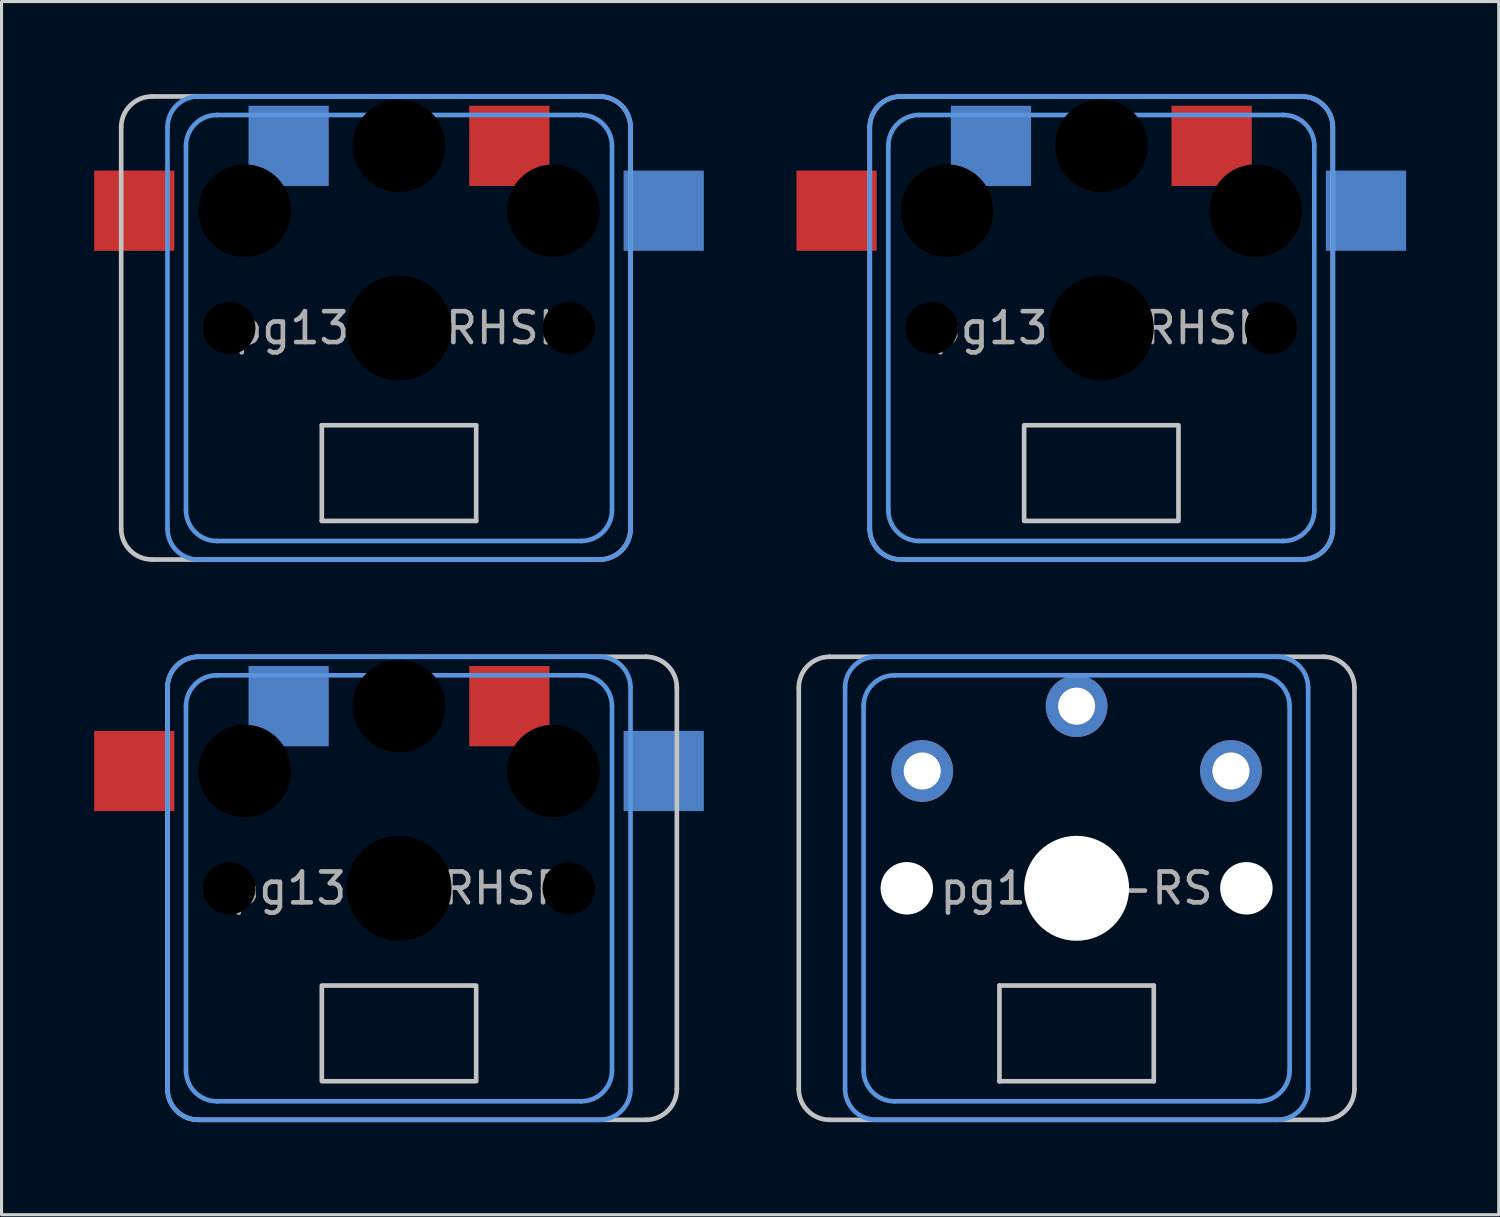
<source format=kicad_pcb>
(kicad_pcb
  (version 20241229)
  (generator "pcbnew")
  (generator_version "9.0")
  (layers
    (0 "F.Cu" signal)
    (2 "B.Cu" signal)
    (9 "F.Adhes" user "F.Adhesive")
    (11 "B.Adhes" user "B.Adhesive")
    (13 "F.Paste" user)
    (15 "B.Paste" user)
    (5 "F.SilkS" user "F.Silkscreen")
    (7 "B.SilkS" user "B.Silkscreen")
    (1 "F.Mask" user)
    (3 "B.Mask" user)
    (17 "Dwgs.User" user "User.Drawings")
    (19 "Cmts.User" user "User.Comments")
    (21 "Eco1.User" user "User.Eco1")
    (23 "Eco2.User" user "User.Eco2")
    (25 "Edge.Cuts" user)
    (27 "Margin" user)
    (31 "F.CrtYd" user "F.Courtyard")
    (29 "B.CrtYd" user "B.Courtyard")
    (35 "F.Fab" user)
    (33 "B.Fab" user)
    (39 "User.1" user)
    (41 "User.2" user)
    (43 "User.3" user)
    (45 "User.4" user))
  (footprint "pg1350-RS"
    (layer "F.Cu")
    (at 31.825 25.725)
    (property "Reference" "pg1350-RS" (at 0 0 0) (layer "F.Fab") (effects (font (size 1 1) (thickness 0.15))))
    (attr through_hole)
    (fp_line (start -9 6.5) (end -9 -6.5) (stroke (width 0.15) (type solid)) (layer "Dwgs.User"))
    (fp_line (start -8 -7.5) (end 8 -7.5) (stroke (width 0.15) (type solid)) (layer "Dwgs.User"))
    (fp_line (start -2.5 3.15) (end -2.5 6.25) (stroke (width 0.15) (type solid)) (layer "Dwgs.User"))
    (fp_line (start -2.5 6.25) (end 2.5 6.25) (stroke (width 0.15) (type solid)) (layer "Dwgs.User"))
    (fp_line (start 2.5 3.15) (end -2.5 3.15) (stroke (width 0.15) (type solid)) (layer "Dwgs.User"))
    (fp_line (start 2.5 6.25) (end 2.5 3.15) (stroke (width 0.15) (type solid)) (layer "Dwgs.User"))
    (fp_line (start 8 7.5) (end -8 7.5) (stroke (width 0.15) (type solid)) (layer "Dwgs.User"))
    (fp_line (start 9 -6.5) (end 9 6.5) (stroke (width 0.15) (type solid)) (layer "Dwgs.User"))
    (fp_arc (start -9 -6.5) (mid -8.707107 -7.207107) (end -8 -7.5) (stroke (width 0.15) (type solid)) (layer "Dwgs.User"))
    (fp_arc (start -8 7.5) (mid -8.707107 7.207107) (end -9 6.5) (stroke (width 0.15) (type solid)) (layer "Dwgs.User"))
    (fp_arc (start 8 -7.5) (mid 8.707107 -7.207107) (end 9 -6.5) (stroke (width 0.15) (type solid)) (layer "Dwgs.User"))
    (fp_arc (start 9 6.5) (mid 8.707107 7.207107) (end 8 7.5) (stroke (width 0.15) (type solid)) (layer "Dwgs.User"))
    (fp_line (start -7.5 6.5) (end -7.5 -6.5) (stroke (width 0.15) (type solid)) (layer "Cmts.User"))
    (fp_line (start -6.9 5.9) (end -6.9 -5.9) (stroke (width 0.15) (type solid)) (layer "Cmts.User"))
    (fp_line (start -6.5 -7.5) (end 6.5 -7.5) (stroke (width 0.15) (type solid)) (layer "Cmts.User"))
    (fp_line (start -5.9 -6.9) (end 5.9 -6.9) (stroke (width 0.15) (type solid)) (layer "Cmts.User"))
    (fp_line (start 5.9 6.9) (end -5.9 6.9) (stroke (width 0.15) (type solid)) (layer "Cmts.User"))
    (fp_line (start 6.5 7.5) (end -6.5 7.5) (stroke (width 0.15) (type solid)) (layer "Cmts.User"))
    (fp_line (start 6.9 -5.9) (end 6.9 5.9) (stroke (width 0.15) (type solid)) (layer "Cmts.User"))
    (fp_line (start 7.5 -6.5) (end 7.5 6.5) (stroke (width 0.15) (type solid)) (layer "Cmts.User"))
    (fp_arc (start -7.5 -6.5) (mid -7.207107 -7.207107) (end -6.5 -7.5) (stroke (width 0.15) (type solid)) (layer "Cmts.User"))
    (fp_arc (start -6.9 -5.9) (mid -6.607107 -6.607107) (end -5.9 -6.9) (stroke (width 0.15) (type solid)) (layer "Cmts.User"))
    (fp_arc (start -6.5 7.5) (mid -7.207107 7.207107) (end -7.5 6.5) (stroke (width 0.15) (type solid)) (layer "Cmts.User"))
    (fp_arc (start -5.9 6.9) (mid -6.607107 6.607107) (end -6.9 5.9) (stroke (width 0.15) (type solid)) (layer "Cmts.User"))
    (fp_arc (start 5.9 -6.9) (mid 6.607107 -6.607107) (end 6.9 -5.9) (stroke (width 0.15) (type solid)) (layer "Cmts.User"))
    (fp_arc (start 6.5 -7.5) (mid 7.207107 -7.207107) (end 7.5 -6.5) (stroke (width 0.15) (type solid)) (layer "Cmts.User"))
    (fp_arc (start 6.9 5.9) (mid 6.607107 6.607107) (end 5.9 6.9) (stroke (width 0.15) (type solid)) (layer "Cmts.User"))
    (fp_arc (start 7.5 6.5) (mid 7.207107 7.207107) (end 6.5 7.5) (stroke (width 0.15) (type solid)) (layer "Cmts.User"))
    (pad "" np_thru_hole circle (at -5.5 0) (size 1.7 1.7) (drill 1.7) (layers "*.Cu" "*.Mask"))
    (pad "" np_thru_hole circle (at 0 0) (size 3.4 3.4) (drill 3.4) (layers "*.Cu" "*.Mask"))
    (pad "" np_thru_hole circle (at 5.5 0) (size 1.7 1.7) (drill 1.7) (layers "*.Cu" "*.Mask"))
    (pad "1" thru_hole circle (at 0 -5.9) (size 2 2) (drill 1.2) (layers "*.Cu" "*.Mask"))
    (pad "2" thru_hole circle (at -5 -3.8) (size 2 2) (drill 1.2) (layers "*.Cu" "F.Mask"))
    (pad "2" thru_hole circle (at 5 -3.8) (size 2 2) (drill 1.2) (layers "*.Cu" "B.Mask")))
  (footprint "pg1350-RHSR"
    (layer "F.Cu")
    (at 9.875 25.725)
    (property "Reference" "pg1350-RHSR" (at 0 0 0) (layer "F.Fab") (effects (font (size 1 1) (thickness 0.15))))
    (attr through_hole)
    (fp_line (start -7.5 6.5) (end -7.5 -6.5) (stroke (width 0.15) (type solid)) (layer "Dwgs.User"))
    (fp_line (start -6.5 -7.5) (end 8 -7.5) (stroke (width 0.15) (type solid)) (layer "Dwgs.User"))
    (fp_line (start 8 7.5) (end -6.5 7.5) (stroke (width 0.15) (type solid)) (layer "Dwgs.User"))
    (fp_line (start 9 -6.5) (end 9 6.5) (stroke (width 0.15) (type solid)) (layer "Dwgs.User"))
    (fp_rect (start 2.5 6.25) (end -2.5 3.15) (stroke (width 0.15) (type solid)) (fill no) (layer "Dwgs.User"))
    (fp_arc (start -7.5 -6.5) (mid -7.207107 -7.207107) (end -6.5 -7.5) (stroke (width 0.15) (type solid)) (layer "Dwgs.User"))
    (fp_arc (start -6.5 7.5) (mid -7.207107 7.207107) (end -7.5 6.5) (stroke (width 0.15) (type solid)) (layer "Dwgs.User"))
    (fp_arc (start 8 -7.5) (mid 8.707107 -7.207107) (end 9 -6.5) (stroke (width 0.15) (type solid)) (layer "Dwgs.User"))
    (fp_arc (start 9 6.5) (mid 8.707107 7.207107) (end 8 7.5) (stroke (width 0.15) (type solid)) (layer "Dwgs.User"))
    (fp_line (start -7.5 6.5) (end -7.5 -6.5) (stroke (width 0.15) (type solid)) (layer "Cmts.User"))
    (fp_line (start -6.9 5.9) (end -6.9 -5.9) (stroke (width 0.15) (type solid)) (layer "Cmts.User"))
    (fp_line (start -6.5 -7.5) (end 6.5 -7.5) (stroke (width 0.15) (type solid)) (layer "Cmts.User"))
    (fp_line (start -5.9 -6.9) (end 5.9 -6.9) (stroke (width 0.15) (type solid)) (layer "Cmts.User"))
    (fp_line (start 5.9 6.9) (end -5.9 6.9) (stroke (width 0.15) (type solid)) (layer "Cmts.User"))
    (fp_line (start 6.5 7.5) (end -6.5 7.5) (stroke (width 0.15) (type solid)) (layer "Cmts.User"))
    (fp_line (start 6.9 -5.9) (end 6.9 5.9) (stroke (width 0.15) (type solid)) (layer "Cmts.User"))
    (fp_line (start 7.5 -6.5) (end 7.5 6.5) (stroke (width 0.15) (type solid)) (layer "Cmts.User"))
    (fp_arc (start -7.5 -6.5) (mid -7.207107 -7.207107) (end -6.5 -7.5) (stroke (width 0.15) (type solid)) (layer "Cmts.User"))
    (fp_arc (start -6.9 -5.9) (mid -6.607107 -6.607107) (end -5.9 -6.9) (stroke (width 0.15) (type solid)) (layer "Cmts.User"))
    (fp_arc (start -6.5 7.5) (mid -7.207107 7.207107) (end -7.5 6.5) (stroke (width 0.15) (type solid)) (layer "Cmts.User"))
    (fp_arc (start -5.9 6.9) (mid -6.607107 6.607107) (end -6.9 5.9) (stroke (width 0.15) (type solid)) (layer "Cmts.User"))
    (fp_arc (start 5.9 -6.9) (mid 6.607107 -6.607107) (end 6.9 -5.9) (stroke (width 0.15) (type solid)) (layer "Cmts.User"))
    (fp_arc (start 6.5 -7.5) (mid 7.207107 -7.207107) (end 7.5 -6.5) (stroke (width 0.15) (type solid)) (layer "Cmts.User"))
    (fp_arc (start 6.9 5.9) (mid 6.607107 6.607107) (end 5.9 6.9) (stroke (width 0.15) (type solid)) (layer "Cmts.User"))
    (fp_arc (start 7.5 6.5) (mid 7.207107 7.207107) (end 6.5 7.5) (stroke (width 0.15) (type solid)) (layer "Cmts.User"))
    (pad "" np_thru_hole circle (at -5.5 0) (size 1.7 1.7) (drill 1.7) (layers "*.Mask"))
    (pad "" np_thru_hole circle (at -5 -3.8) (size 3 3) (drill 3) (layers "*.Mask"))
    (pad "" np_thru_hole circle (at 0 -5.9) (size 3 3) (drill 3) (layers "*.Mask"))
    (pad "" np_thru_hole circle (at 0 0) (size 3.4 3.4) (drill 3.4) (layers "*.Mask"))
    (pad "" np_thru_hole circle (at 5 -3.8) (size 3 3) (drill 3) (layers "*.Mask"))
    (pad "" np_thru_hole circle (at 5.5 0) (size 1.7 1.7) (drill 1.7) (layers "*.Mask"))
    (pad "1" smd rect (at -3.575 -5.9) (size 2.6 2.6) (layers "B.Cu" "B.Mask"))
    (pad "1" smd rect (at 3.575 -5.9) (size 2.6 2.6) (layers "F.Cu" "F.Mask"))
    (pad "2" smd rect (at -8.575 -3.8) (size 2.6 2.6) (layers "F.Cu" "F.Mask"))
    (pad "2" smd rect (at 8.575 -3.8) (size 2.6 2.6) (layers "B.Cu" "B.Mask")))
  (footprint "pg1350-RHSN"
    (layer "F.Cu")
    (at 32.625 7.575)
    (property "Reference" "pg1350-RHSN" (at 0 0 0) (layer "F.Fab") (effects (font (size 1 1) (thickness 0.15))))
    (attr through_hole)
    (fp_line (start -7.5 6.5) (end -7.5 -6.5) (stroke (width 0.15) (type solid)) (layer "Dwgs.User"))
    (fp_line (start -6.5 -7.5) (end 6.5 -7.5) (stroke (width 0.15) (type solid)) (layer "Dwgs.User"))
    (fp_line (start 6.5 7.5) (end -6.5 7.5) (stroke (width 0.15) (type solid)) (layer "Dwgs.User"))
    (fp_line (start 7.5 -6.5) (end 7.5 6.5) (stroke (width 0.15) (type solid)) (layer "Dwgs.User"))
    (fp_rect (start 2.5 6.25) (end -2.5 3.15) (stroke (width 0.15) (type solid)) (fill no) (layer "Dwgs.User"))
    (fp_arc (start -7.5 -6.5) (mid -7.207107 -7.207107) (end -6.5 -7.5) (stroke (width 0.15) (type solid)) (layer "Dwgs.User"))
    (fp_arc (start -6.5 7.5) (mid -7.207107 7.207107) (end -7.5 6.5) (stroke (width 0.15) (type solid)) (layer "Dwgs.User"))
    (fp_arc (start 6.5 -7.5) (mid 7.207107 -7.207107) (end 7.5 -6.5) (stroke (width 0.15) (type solid)) (layer "Dwgs.User"))
    (fp_arc (start 7.5 6.5) (mid 7.207107 7.207107) (end 6.5 7.5) (stroke (width 0.15) (type solid)) (layer "Dwgs.User"))
    (fp_line (start -7.5 6.5) (end -7.5 -6.5) (stroke (width 0.15) (type solid)) (layer "Cmts.User"))
    (fp_line (start -6.9 5.9) (end -6.9 -5.9) (stroke (width 0.15) (type solid)) (layer "Cmts.User"))
    (fp_line (start -6.5 -7.5) (end 6.5 -7.5) (stroke (width 0.15) (type solid)) (layer "Cmts.User"))
    (fp_line (start -5.9 -6.9) (end 5.9 -6.9) (stroke (width 0.15) (type solid)) (layer "Cmts.User"))
    (fp_line (start 5.9 6.9) (end -5.9 6.9) (stroke (width 0.15) (type solid)) (layer "Cmts.User"))
    (fp_line (start 6.5 7.5) (end -6.5 7.5) (stroke (width 0.15) (type solid)) (layer "Cmts.User"))
    (fp_line (start 6.9 -5.9) (end 6.9 5.9) (stroke (width 0.15) (type solid)) (layer "Cmts.User"))
    (fp_line (start 7.5 -6.5) (end 7.5 6.5) (stroke (width 0.15) (type solid)) (layer "Cmts.User"))
    (fp_arc (start -7.5 -6.5) (mid -7.207107 -7.207107) (end -6.5 -7.5) (stroke (width 0.15) (type solid)) (layer "Cmts.User"))
    (fp_arc (start -6.9 -5.9) (mid -6.607107 -6.607107) (end -5.9 -6.9) (stroke (width 0.15) (type solid)) (layer "Cmts.User"))
    (fp_arc (start -6.5 7.5) (mid -7.207107 7.207107) (end -7.5 6.5) (stroke (width 0.15) (type solid)) (layer "Cmts.User"))
    (fp_arc (start -5.9 6.9) (mid -6.607107 6.607107) (end -6.9 5.9) (stroke (width 0.15) (type solid)) (layer "Cmts.User"))
    (fp_arc (start 5.9 -6.9) (mid 6.607107 -6.607107) (end 6.9 -5.9) (stroke (width 0.15) (type solid)) (layer "Cmts.User"))
    (fp_arc (start 6.5 -7.5) (mid 7.207107 -7.207107) (end 7.5 -6.5) (stroke (width 0.15) (type solid)) (layer "Cmts.User"))
    (fp_arc (start 6.9 5.9) (mid 6.607107 6.607107) (end 5.9 6.9) (stroke (width 0.15) (type solid)) (layer "Cmts.User"))
    (fp_arc (start 7.5 6.5) (mid 7.207107 7.207107) (end 6.5 7.5) (stroke (width 0.15) (type solid)) (layer "Cmts.User"))
    (pad "" np_thru_hole circle (at -5.5 0) (size 1.7 1.7) (drill 1.7) (layers "*.Mask"))
    (pad "" np_thru_hole circle (at -5 -3.8) (size 3 3) (drill 3) (layers "*.Mask"))
    (pad "" np_thru_hole circle (at 0 -5.9) (size 3 3) (drill 3) (layers "*.Mask"))
    (pad "" np_thru_hole circle (at 0 0) (size 3.4 3.4) (drill 3.4) (layers "*.Mask"))
    (pad "" np_thru_hole circle (at 5 -3.8) (size 3 3) (drill 3) (layers "*.Mask"))
    (pad "" np_thru_hole circle (at 5.5 0) (size 1.7 1.7) (drill 1.7) (layers "*.Mask"))
    (pad "1" smd rect (at -3.575 -5.9) (size 2.6 2.6) (layers "B.Cu" "B.Mask"))
    (pad "1" smd rect (at 3.575 -5.9) (size 2.6 2.6) (layers "F.Cu" "F.Mask"))
    (pad "2" smd rect (at -8.575 -3.8) (size 2.6 2.6) (layers "F.Cu" "F.Mask"))
    (pad "2" smd rect (at 8.575 -3.8) (size 2.6 2.6) (layers "B.Cu" "B.Mask")))
  (footprint "pg1350-RHSL"
    (layer "F.Cu")
    (at 9.875 7.575)
    (property "Reference" "pg1350-RHSL" (at 0 0 0) (layer "F.Fab") (effects (font (size 1 1) (thickness 0.15))))
    (attr through_hole)
    (fp_line (start -9 6.5) (end -9 -6.5) (stroke (width 0.15) (type solid)) (layer "Dwgs.User"))
    (fp_line (start -8 -7.5) (end 6.5 -7.5) (stroke (width 0.15) (type solid)) (layer "Dwgs.User"))
    (fp_line (start -2.5 3.15) (end -2.5 6.25) (stroke (width 0.15) (type solid)) (layer "Dwgs.User"))
    (fp_line (start -2.5 6.25) (end 2.5 6.25) (stroke (width 0.15) (type solid)) (layer "Dwgs.User"))
    (fp_line (start 2.5 3.15) (end -2.5 3.15) (stroke (width 0.15) (type solid)) (layer "Dwgs.User"))
    (fp_line (start 2.5 6.25) (end 2.5 3.15) (stroke (width 0.15) (type solid)) (layer "Dwgs.User"))
    (fp_line (start 6.5 7.5) (end -8 7.5) (stroke (width 0.15) (type solid)) (layer "Dwgs.User"))
    (fp_line (start 7.5 -6.5) (end 7.5 6.5) (stroke (width 0.15) (type solid)) (layer "Dwgs.User"))
    (fp_arc (start -9 -6.5) (mid -8.707107 -7.207107) (end -8 -7.5) (stroke (width 0.15) (type solid)) (layer "Dwgs.User"))
    (fp_arc (start -8 7.5) (mid -8.707107 7.207107) (end -9 6.5) (stroke (width 0.15) (type solid)) (layer "Dwgs.User"))
    (fp_arc (start 6.5 -7.5) (mid 7.207107 -7.207107) (end 7.5 -6.5) (stroke (width 0.15) (type solid)) (layer "Dwgs.User"))
    (fp_arc (start 7.5 6.5) (mid 7.207107 7.207107) (end 6.5 7.5) (stroke (width 0.15) (type solid)) (layer "Dwgs.User"))
    (fp_line (start -7.5 6.5) (end -7.5 -6.5) (stroke (width 0.15) (type solid)) (layer "Cmts.User"))
    (fp_line (start -6.9 5.9) (end -6.9 -5.9) (stroke (width 0.15) (type solid)) (layer "Cmts.User"))
    (fp_line (start -6.5 -7.5) (end 6.5 -7.5) (stroke (width 0.15) (type solid)) (layer "Cmts.User"))
    (fp_line (start -5.9 -6.9) (end 5.9 -6.9) (stroke (width 0.15) (type solid)) (layer "Cmts.User"))
    (fp_line (start 5.9 6.9) (end -5.9 6.9) (stroke (width 0.15) (type solid)) (layer "Cmts.User"))
    (fp_line (start 6.5 7.5) (end -6.5 7.5) (stroke (width 0.15) (type solid)) (layer "Cmts.User"))
    (fp_line (start 6.9 -5.9) (end 6.9 5.9) (stroke (width 0.15) (type solid)) (layer "Cmts.User"))
    (fp_line (start 7.5 -6.5) (end 7.5 6.5) (stroke (width 0.15) (type solid)) (layer "Cmts.User"))
    (fp_arc (start -7.5 -6.5) (mid -7.207107 -7.207107) (end -6.5 -7.5) (stroke (width 0.15) (type solid)) (layer "Cmts.User"))
    (fp_arc (start -6.9 -5.9) (mid -6.607107 -6.607107) (end -5.9 -6.9) (stroke (width 0.15) (type solid)) (layer "Cmts.User"))
    (fp_arc (start -6.5 7.5) (mid -7.207107 7.207107) (end -7.5 6.5) (stroke (width 0.15) (type solid)) (layer "Cmts.User"))
    (fp_arc (start -5.9 6.9) (mid -6.607107 6.607107) (end -6.9 5.9) (stroke (width 0.15) (type solid)) (layer "Cmts.User"))
    (fp_arc (start 5.9 -6.9) (mid 6.607107 -6.607107) (end 6.9 -5.9) (stroke (width 0.15) (type solid)) (layer "Cmts.User"))
    (fp_arc (start 6.5 -7.5) (mid 7.207107 -7.207107) (end 7.5 -6.5) (stroke (width 0.15) (type solid)) (layer "Cmts.User"))
    (fp_arc (start 6.9 5.9) (mid 6.607107 6.607107) (end 5.9 6.9) (stroke (width 0.15) (type solid)) (layer "Cmts.User"))
    (fp_arc (start 7.5 6.5) (mid 7.207107 7.207107) (end 6.5 7.5) (stroke (width 0.15) (type solid)) (layer "Cmts.User"))
    (pad "" np_thru_hole circle (at -5.5 0) (size 1.7 1.7) (drill 1.7) (layers "*.Mask"))
    (pad "" np_thru_hole circle (at -5 -3.8) (size 3 3) (drill 3) (layers "*.Mask"))
    (pad "" np_thru_hole circle (at 0 -5.9) (size 3 3) (drill 3) (layers "*.Mask"))
    (pad "" np_thru_hole circle (at 0 0) (size 3.4 3.4) (drill 3.4) (layers "*.Mask"))
    (pad "" np_thru_hole circle (at 5 -3.8) (size 3 3) (drill 3) (layers "*.Mask"))
    (pad "" np_thru_hole circle (at 5.5 0) (size 1.7 1.7) (drill 1.7) (layers "*.Mask"))
    (pad "1" smd rect (at -3.575 -5.9) (size 2.6 2.6) (layers "B.Cu" "B.Mask"))
    (pad "1" smd rect (at 3.575 -5.9) (size 2.6 2.6) (layers "F.Cu" "F.Mask"))
    (pad "2" smd rect (at -8.575 -3.8) (size 2.6 2.6) (layers "F.Cu" "F.Mask"))
    (pad "2" smd rect (at 8.575 -3.8) (size 2.6 2.6) (layers "B.Cu" "B.Mask")))
  (gr_rect
    (start -3 -3)
    (end 45.5 36.3)
    (stroke (width 0.1) (type default))
    (fill no)
    (layer "Edge.Cuts")))
</source>
